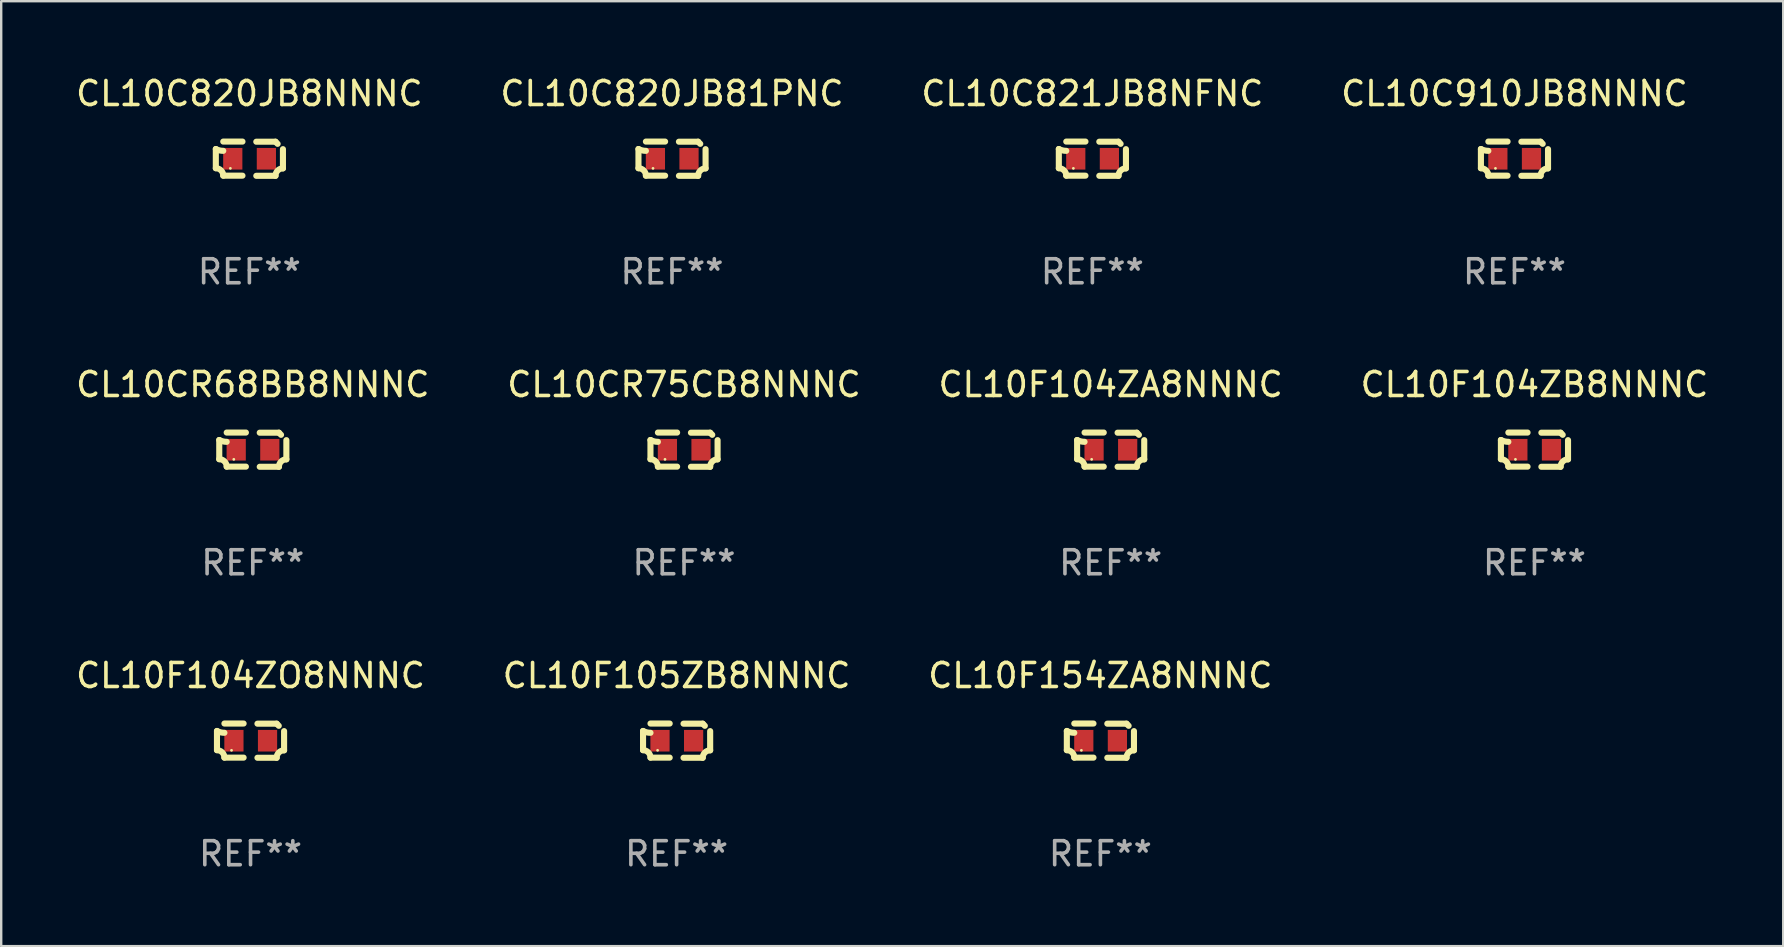
<source format=kicad_pcb>
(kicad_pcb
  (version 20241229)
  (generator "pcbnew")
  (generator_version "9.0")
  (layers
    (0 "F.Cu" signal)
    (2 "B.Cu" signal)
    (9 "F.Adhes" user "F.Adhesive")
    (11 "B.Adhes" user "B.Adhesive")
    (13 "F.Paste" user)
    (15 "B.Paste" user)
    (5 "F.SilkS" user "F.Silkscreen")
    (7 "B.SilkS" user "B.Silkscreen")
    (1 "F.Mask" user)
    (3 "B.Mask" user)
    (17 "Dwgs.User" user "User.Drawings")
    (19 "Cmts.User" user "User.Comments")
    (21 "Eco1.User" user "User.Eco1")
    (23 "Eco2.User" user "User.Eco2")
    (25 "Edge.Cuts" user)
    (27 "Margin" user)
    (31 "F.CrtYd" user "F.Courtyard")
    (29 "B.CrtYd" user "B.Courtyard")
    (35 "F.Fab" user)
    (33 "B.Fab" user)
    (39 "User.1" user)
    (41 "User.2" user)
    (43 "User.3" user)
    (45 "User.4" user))
  (footprint "CL10F105ZB8NNNC"
    (layer "F.Cu")
    (at 25.137 27.805)
    (property "Reference" "CL10F105ZB8NNNC" (at 0 -2.713 0) (layer "F.SilkS") (effects (font (size 1 1) (thickness 0.15))))
    (attr through_hole)
    (fp_line (start -1.398 -0.403) (end -1.398 0.397) (stroke (width 0.254) (type solid)) (layer "F.SilkS"))
    (fp_line (start -0.288 -0.713) (end -1.088 -0.713) (stroke (width 0.254) (type solid)) (layer "F.SilkS"))
    (fp_line (start -0.288 0.707) (end -1.088 0.707) (stroke (width 0.254) (type solid)) (layer "F.SilkS"))
    (fp_line (start 0.288 -0.707) (end 1.088 -0.707) (stroke (width 0.254) (type solid)) (layer "F.SilkS"))
    (fp_line (start 0.288 0.713) (end 1.088 0.713) (stroke (width 0.254) (type solid)) (layer "F.SilkS"))
    (fp_line (start 1.398 -0.397) (end 1.398 0.403) (stroke (width 0.254) (type solid)) (layer "F.SilkS"))
    (fp_arc (start -1.397789 0.397066) (mid -1.178701 0.487826) (end -1.08796 0.706922) (stroke (width 0.254001) (type solid)) (layer "F.SilkS"))
    (fp_arc (start -1.08796 -0.327176) (mid -1.247436 -0.346384) (end -1.39779 -0.402908) (stroke (width 0.254001) (type solid)) (layer "F.SilkS"))
    (fp_arc (start 1.087909 0.712738) (mid 1.178656 0.493655) (end 1.397739 0.402908) (stroke (width 0.254001) (type solid)) (layer "F.SilkS"))
    (fp_arc (start 1.175925 -0.618926) (mid 1.131917 -0.662923) (end 1.08791 -0.706922) (stroke (width 0.254001) (type solid)) (layer "F.SilkS"))
    (fp_circle (center -0.792 0.403) (end -0.762 0.403) (stroke (width 0.06) (type solid)) (fill no) (layer "F.SilkS"))
    (fp_text user "REF**" (at 0 4.713 0) (layer "F.Fab") (effects (font (size 1 1) (thickness 0.15))))
    (pad "1" smd rect (at -0.692 0.003) (size 0.8 0.9) (layers "F.Cu" "F.Mask" "F.Paste"))
    (pad "2" smd rect (at 0.708 0.003) (size 0.8 0.9) (layers "F.Cu" "F.Mask" "F.Paste")))
  (footprint "CL10CR68BB8NNNC"
    (layer "F.Cu")
    (at 7.482 15.683)
    (property "Reference" "CL10CR68BB8NNNC" (at 0 -2.713 0) (layer "F.SilkS") (effects (font (size 1 1) (thickness 0.15))))
    (attr through_hole)
    (fp_line (start -1.398 -0.403) (end -1.398 0.397) (stroke (width 0.254) (type solid)) (layer "F.SilkS"))
    (fp_line (start -0.288 -0.713) (end -1.088 -0.713) (stroke (width 0.254) (type solid)) (layer "F.SilkS"))
    (fp_line (start -0.288 0.707) (end -1.088 0.707) (stroke (width 0.254) (type solid)) (layer "F.SilkS"))
    (fp_line (start 0.288 -0.707) (end 1.088 -0.707) (stroke (width 0.254) (type solid)) (layer "F.SilkS"))
    (fp_line (start 0.288 0.713) (end 1.088 0.713) (stroke (width 0.254) (type solid)) (layer "F.SilkS"))
    (fp_line (start 1.398 -0.397) (end 1.398 0.403) (stroke (width 0.254) (type solid)) (layer "F.SilkS"))
    (fp_arc (start -1.397789 0.397066) (mid -1.178701 0.487826) (end -1.08796 0.706922) (stroke (width 0.254001) (type solid)) (layer "F.SilkS"))
    (fp_arc (start -1.08796 -0.327176) (mid -1.247436 -0.346384) (end -1.39779 -0.402908) (stroke (width 0.254001) (type solid)) (layer "F.SilkS"))
    (fp_arc (start 1.087909 0.712738) (mid 1.178656 0.493655) (end 1.397739 0.402908) (stroke (width 0.254001) (type solid)) (layer "F.SilkS"))
    (fp_arc (start 1.175925 -0.618926) (mid 1.131917 -0.662923) (end 1.08791 -0.706922) (stroke (width 0.254001) (type solid)) (layer "F.SilkS"))
    (fp_circle (center -0.792 0.403) (end -0.762 0.403) (stroke (width 0.06) (type solid)) (fill no) (layer "F.SilkS"))
    (fp_text user "REF**" (at 0 4.713 0) (layer "F.Fab") (effects (font (size 1 1) (thickness 0.15))))
    (pad "1" smd rect (at -0.692 0.003) (size 0.8 0.9) (layers "F.Cu" "F.Mask" "F.Paste"))
    (pad "2" smd rect (at 0.708 0.003) (size 0.8 0.9) (layers "F.Cu" "F.Mask" "F.Paste")))
  (footprint "CL10F104ZO8NNNC"
    (layer "F.Cu")
    (at 7.387 27.805)
    (property "Reference" "CL10F104ZO8NNNC" (at 0 -2.713 0) (layer "F.SilkS") (effects (font (size 1 1) (thickness 0.15))))
    (attr through_hole)
    (fp_line (start -1.398 -0.403) (end -1.398 0.397) (stroke (width 0.254) (type solid)) (layer "F.SilkS"))
    (fp_line (start -0.288 -0.713) (end -1.088 -0.713) (stroke (width 0.254) (type solid)) (layer "F.SilkS"))
    (fp_line (start -0.288 0.707) (end -1.088 0.707) (stroke (width 0.254) (type solid)) (layer "F.SilkS"))
    (fp_line (start 0.288 -0.707) (end 1.088 -0.707) (stroke (width 0.254) (type solid)) (layer "F.SilkS"))
    (fp_line (start 0.288 0.713) (end 1.088 0.713) (stroke (width 0.254) (type solid)) (layer "F.SilkS"))
    (fp_line (start 1.398 -0.397) (end 1.398 0.403) (stroke (width 0.254) (type solid)) (layer "F.SilkS"))
    (fp_arc (start -1.397789 0.397066) (mid -1.178701 0.487826) (end -1.08796 0.706922) (stroke (width 0.254001) (type solid)) (layer "F.SilkS"))
    (fp_arc (start -1.08796 -0.327176) (mid -1.247436 -0.346384) (end -1.39779 -0.402908) (stroke (width 0.254001) (type solid)) (layer "F.SilkS"))
    (fp_arc (start 1.087909 0.712738) (mid 1.178656 0.493655) (end 1.397739 0.402908) (stroke (width 0.254001) (type solid)) (layer "F.SilkS"))
    (fp_arc (start 1.175925 -0.618926) (mid 1.131917 -0.662923) (end 1.08791 -0.706922) (stroke (width 0.254001) (type solid)) (layer "F.SilkS"))
    (fp_circle (center -0.792 0.403) (end -0.762 0.403) (stroke (width 0.06) (type solid)) (fill no) (layer "F.SilkS"))
    (fp_text user "REF**" (at 0 4.713 0) (layer "F.Fab") (effects (font (size 1 1) (thickness 0.15))))
    (pad "1" smd rect (at -0.692 0.003) (size 0.8 0.9) (layers "F.Cu" "F.Mask" "F.Paste"))
    (pad "2" smd rect (at 0.708 0.003) (size 0.8 0.9) (layers "F.Cu" "F.Mask" "F.Paste")))
  (footprint "CL10C820JB81PNC"
    (layer "F.Cu")
    (at 24.946 3.561)
    (property "Reference" "CL10C820JB81PNC" (at 0 -2.713 0) (layer "F.SilkS") (effects (font (size 1 1) (thickness 0.15))))
    (attr through_hole)
    (fp_line (start -1.398 -0.403) (end -1.398 0.397) (stroke (width 0.254) (type solid)) (layer "F.SilkS"))
    (fp_line (start -0.288 -0.713) (end -1.088 -0.713) (stroke (width 0.254) (type solid)) (layer "F.SilkS"))
    (fp_line (start -0.288 0.707) (end -1.088 0.707) (stroke (width 0.254) (type solid)) (layer "F.SilkS"))
    (fp_line (start 0.288 -0.707) (end 1.088 -0.707) (stroke (width 0.254) (type solid)) (layer "F.SilkS"))
    (fp_line (start 0.288 0.713) (end 1.088 0.713) (stroke (width 0.254) (type solid)) (layer "F.SilkS"))
    (fp_line (start 1.398 -0.397) (end 1.398 0.403) (stroke (width 0.254) (type solid)) (layer "F.SilkS"))
    (fp_arc (start -1.397789 0.397066) (mid -1.178701 0.487826) (end -1.08796 0.706922) (stroke (width 0.254001) (type solid)) (layer "F.SilkS"))
    (fp_arc (start -1.08796 -0.327176) (mid -1.247436 -0.346384) (end -1.39779 -0.402908) (stroke (width 0.254001) (type solid)) (layer "F.SilkS"))
    (fp_arc (start 1.087909 0.712738) (mid 1.178656 0.493655) (end 1.397739 0.402908) (stroke (width 0.254001) (type solid)) (layer "F.SilkS"))
    (fp_arc (start 1.175925 -0.618926) (mid 1.131917 -0.662923) (end 1.08791 -0.706922) (stroke (width 0.254001) (type solid)) (layer "F.SilkS"))
    (fp_circle (center -0.792 0.403) (end -0.762 0.403) (stroke (width 0.06) (type solid)) (fill no) (layer "F.SilkS"))
    (fp_text user "REF**" (at 0 4.713 0) (layer "F.Fab") (effects (font (size 1 1) (thickness 0.15))))
    (pad "1" smd rect (at -0.692 0.003) (size 0.8 0.9) (layers "F.Cu" "F.Mask" "F.Paste"))
    (pad "2" smd rect (at 0.708 0.003) (size 0.8 0.9) (layers "F.Cu" "F.Mask" "F.Paste")))
  (footprint "CL10F104ZA8NNNC"
    (layer "F.Cu")
    (at 43.22 15.683)
    (property "Reference" "CL10F104ZA8NNNC" (at 0 -2.713 0) (layer "F.SilkS") (effects (font (size 1 1) (thickness 0.15))))
    (attr through_hole)
    (fp_line (start -1.398 -0.403) (end -1.398 0.397) (stroke (width 0.254) (type solid)) (layer "F.SilkS"))
    (fp_line (start -0.288 -0.713) (end -1.088 -0.713) (stroke (width 0.254) (type solid)) (layer "F.SilkS"))
    (fp_line (start -0.288 0.707) (end -1.088 0.707) (stroke (width 0.254) (type solid)) (layer "F.SilkS"))
    (fp_line (start 0.288 -0.707) (end 1.088 -0.707) (stroke (width 0.254) (type solid)) (layer "F.SilkS"))
    (fp_line (start 0.288 0.713) (end 1.088 0.713) (stroke (width 0.254) (type solid)) (layer "F.SilkS"))
    (fp_line (start 1.398 -0.397) (end 1.398 0.403) (stroke (width 0.254) (type solid)) (layer "F.SilkS"))
    (fp_arc (start -1.397789 0.397066) (mid -1.178701 0.487826) (end -1.08796 0.706922) (stroke (width 0.254001) (type solid)) (layer "F.SilkS"))
    (fp_arc (start -1.08796 -0.327176) (mid -1.247436 -0.346384) (end -1.39779 -0.402908) (stroke (width 0.254001) (type solid)) (layer "F.SilkS"))
    (fp_arc (start 1.087909 0.712738) (mid 1.178656 0.493655) (end 1.397739 0.402908) (stroke (width 0.254001) (type solid)) (layer "F.SilkS"))
    (fp_arc (start 1.175925 -0.618926) (mid 1.131917 -0.662923) (end 1.08791 -0.706922) (stroke (width 0.254001) (type solid)) (layer "F.SilkS"))
    (fp_circle (center -0.792 0.403) (end -0.762 0.403) (stroke (width 0.06) (type solid)) (fill no) (layer "F.SilkS"))
    (fp_text user "REF**" (at 0 4.713 0) (layer "F.Fab") (effects (font (size 1 1) (thickness 0.15))))
    (pad "1" smd rect (at -0.692 0.003) (size 0.8 0.9) (layers "F.Cu" "F.Mask" "F.Paste"))
    (pad "2" smd rect (at 0.708 0.003) (size 0.8 0.9) (layers "F.Cu" "F.Mask" "F.Paste")))
  (footprint "CL10F104ZB8NNNC"
    (layer "F.Cu")
    (at 60.875 15.683)
    (property "Reference" "CL10F104ZB8NNNC" (at 0 -2.713 0) (layer "F.SilkS") (effects (font (size 1 1) (thickness 0.15))))
    (attr through_hole)
    (fp_line (start -1.398 -0.403) (end -1.398 0.397) (stroke (width 0.254) (type solid)) (layer "F.SilkS"))
    (fp_line (start -0.288 -0.713) (end -1.088 -0.713) (stroke (width 0.254) (type solid)) (layer "F.SilkS"))
    (fp_line (start -0.288 0.707) (end -1.088 0.707) (stroke (width 0.254) (type solid)) (layer "F.SilkS"))
    (fp_line (start 0.288 -0.707) (end 1.088 -0.707) (stroke (width 0.254) (type solid)) (layer "F.SilkS"))
    (fp_line (start 0.288 0.713) (end 1.088 0.713) (stroke (width 0.254) (type solid)) (layer "F.SilkS"))
    (fp_line (start 1.398 -0.397) (end 1.398 0.403) (stroke (width 0.254) (type solid)) (layer "F.SilkS"))
    (fp_arc (start -1.397789 0.397066) (mid -1.178701 0.487826) (end -1.08796 0.706922) (stroke (width 0.254001) (type solid)) (layer "F.SilkS"))
    (fp_arc (start -1.08796 -0.327176) (mid -1.247436 -0.346384) (end -1.39779 -0.402908) (stroke (width 0.254001) (type solid)) (layer "F.SilkS"))
    (fp_arc (start 1.087909 0.712738) (mid 1.178656 0.493655) (end 1.397739 0.402908) (stroke (width 0.254001) (type solid)) (layer "F.SilkS"))
    (fp_arc (start 1.175925 -0.618926) (mid 1.131917 -0.662923) (end 1.08791 -0.706922) (stroke (width 0.254001) (type solid)) (layer "F.SilkS"))
    (fp_circle (center -0.792 0.403) (end -0.762 0.403) (stroke (width 0.06) (type solid)) (fill no) (layer "F.SilkS"))
    (fp_text user "REF**" (at 0 4.713 0) (layer "F.Fab") (effects (font (size 1 1) (thickness 0.15))))
    (pad "1" smd rect (at -0.692 0.003) (size 0.8 0.9) (layers "F.Cu" "F.Mask" "F.Paste"))
    (pad "2" smd rect (at 0.708 0.003) (size 0.8 0.9) (layers "F.Cu" "F.Mask" "F.Paste")))
  (footprint "CL10C821JB8NFNC"
    (layer "F.Cu")
    (at 42.458 3.561)
    (property "Reference" "CL10C821JB8NFNC" (at 0 -2.713 0) (layer "F.SilkS") (effects (font (size 1 1) (thickness 0.15))))
    (attr through_hole)
    (fp_line (start -1.398 -0.403) (end -1.398 0.397) (stroke (width 0.254) (type solid)) (layer "F.SilkS"))
    (fp_line (start -0.288 -0.713) (end -1.088 -0.713) (stroke (width 0.254) (type solid)) (layer "F.SilkS"))
    (fp_line (start -0.288 0.707) (end -1.088 0.707) (stroke (width 0.254) (type solid)) (layer "F.SilkS"))
    (fp_line (start 0.288 -0.707) (end 1.088 -0.707) (stroke (width 0.254) (type solid)) (layer "F.SilkS"))
    (fp_line (start 0.288 0.713) (end 1.088 0.713) (stroke (width 0.254) (type solid)) (layer "F.SilkS"))
    (fp_line (start 1.398 -0.397) (end 1.398 0.403) (stroke (width 0.254) (type solid)) (layer "F.SilkS"))
    (fp_arc (start -1.397789 0.397066) (mid -1.178701 0.487826) (end -1.08796 0.706922) (stroke (width 0.254001) (type solid)) (layer "F.SilkS"))
    (fp_arc (start -1.08796 -0.327176) (mid -1.247436 -0.346384) (end -1.39779 -0.402908) (stroke (width 0.254001) (type solid)) (layer "F.SilkS"))
    (fp_arc (start 1.087909 0.712738) (mid 1.178656 0.493655) (end 1.397739 0.402908) (stroke (width 0.254001) (type solid)) (layer "F.SilkS"))
    (fp_arc (start 1.175925 -0.618926) (mid 1.131917 -0.662923) (end 1.08791 -0.706922) (stroke (width 0.254001) (type solid)) (layer "F.SilkS"))
    (fp_circle (center -0.792 0.403) (end -0.762 0.403) (stroke (width 0.06) (type solid)) (fill no) (layer "F.SilkS"))
    (fp_text user "REF**" (at 0 4.713 0) (layer "F.Fab") (effects (font (size 1 1) (thickness 0.15))))
    (pad "1" smd rect (at -0.692 0.003) (size 0.8 0.9) (layers "F.Cu" "F.Mask" "F.Paste"))
    (pad "2" smd rect (at 0.708 0.003) (size 0.8 0.9) (layers "F.Cu" "F.Mask" "F.Paste")))
  (footprint "CL10CR75CB8NNNC"
    (layer "F.Cu")
    (at 25.446 15.683)
    (property "Reference" "CL10CR75CB8NNNC" (at 0 -2.713 0) (layer "F.SilkS") (effects (font (size 1 1) (thickness 0.15))))
    (attr through_hole)
    (fp_line (start -1.398 -0.403) (end -1.398 0.397) (stroke (width 0.254) (type solid)) (layer "F.SilkS"))
    (fp_line (start -0.288 -0.713) (end -1.088 -0.713) (stroke (width 0.254) (type solid)) (layer "F.SilkS"))
    (fp_line (start -0.288 0.707) (end -1.088 0.707) (stroke (width 0.254) (type solid)) (layer "F.SilkS"))
    (fp_line (start 0.288 -0.707) (end 1.088 -0.707) (stroke (width 0.254) (type solid)) (layer "F.SilkS"))
    (fp_line (start 0.288 0.713) (end 1.088 0.713) (stroke (width 0.254) (type solid)) (layer "F.SilkS"))
    (fp_line (start 1.398 -0.397) (end 1.398 0.403) (stroke (width 0.254) (type solid)) (layer "F.SilkS"))
    (fp_arc (start -1.397789 0.397066) (mid -1.178701 0.487826) (end -1.08796 0.706922) (stroke (width 0.254001) (type solid)) (layer "F.SilkS"))
    (fp_arc (start -1.08796 -0.327176) (mid -1.247436 -0.346384) (end -1.39779 -0.402908) (stroke (width 0.254001) (type solid)) (layer "F.SilkS"))
    (fp_arc (start 1.087909 0.712738) (mid 1.178656 0.493655) (end 1.397739 0.402908) (stroke (width 0.254001) (type solid)) (layer "F.SilkS"))
    (fp_arc (start 1.175925 -0.618926) (mid 1.131917 -0.662923) (end 1.08791 -0.706922) (stroke (width 0.254001) (type solid)) (layer "F.SilkS"))
    (fp_circle (center -0.792 0.403) (end -0.762 0.403) (stroke (width 0.06) (type solid)) (fill no) (layer "F.SilkS"))
    (fp_text user "REF**" (at 0 4.713 0) (layer "F.Fab") (effects (font (size 1 1) (thickness 0.15))))
    (pad "1" smd rect (at -0.692 0.003) (size 0.8 0.9) (layers "F.Cu" "F.Mask" "F.Paste"))
    (pad "2" smd rect (at 0.708 0.003) (size 0.8 0.9) (layers "F.Cu" "F.Mask" "F.Paste")))
  (footprint "CL10C910JB8NNNC"
    (layer "F.Cu")
    (at 60.042 3.561)
    (property "Reference" "CL10C910JB8NNNC" (at 0 -2.713 0) (layer "F.SilkS") (effects (font (size 1 1) (thickness 0.15))))
    (attr through_hole)
    (fp_line (start -1.398 -0.403) (end -1.398 0.397) (stroke (width 0.254) (type solid)) (layer "F.SilkS"))
    (fp_line (start -0.288 -0.713) (end -1.088 -0.713) (stroke (width 0.254) (type solid)) (layer "F.SilkS"))
    (fp_line (start -0.288 0.707) (end -1.088 0.707) (stroke (width 0.254) (type solid)) (layer "F.SilkS"))
    (fp_line (start 0.288 -0.707) (end 1.088 -0.707) (stroke (width 0.254) (type solid)) (layer "F.SilkS"))
    (fp_line (start 0.288 0.713) (end 1.088 0.713) (stroke (width 0.254) (type solid)) (layer "F.SilkS"))
    (fp_line (start 1.398 -0.397) (end 1.398 0.403) (stroke (width 0.254) (type solid)) (layer "F.SilkS"))
    (fp_arc (start -1.397789 0.397066) (mid -1.178701 0.487826) (end -1.08796 0.706922) (stroke (width 0.254001) (type solid)) (layer "F.SilkS"))
    (fp_arc (start -1.08796 -0.327176) (mid -1.247436 -0.346384) (end -1.39779 -0.402908) (stroke (width 0.254001) (type solid)) (layer "F.SilkS"))
    (fp_arc (start 1.087909 0.712738) (mid 1.178656 0.493655) (end 1.397739 0.402908) (stroke (width 0.254001) (type solid)) (layer "F.SilkS"))
    (fp_arc (start 1.175925 -0.618926) (mid 1.131917 -0.662923) (end 1.08791 -0.706922) (stroke (width 0.254001) (type solid)) (layer "F.SilkS"))
    (fp_circle (center -0.792 0.403) (end -0.762 0.403) (stroke (width 0.06) (type solid)) (fill no) (layer "F.SilkS"))
    (fp_text user "REF**" (at 0 4.713 0) (layer "F.Fab") (effects (font (size 1 1) (thickness 0.15))))
    (pad "1" smd rect (at -0.692 0.003) (size 0.8 0.9) (layers "F.Cu" "F.Mask" "F.Paste"))
    (pad "2" smd rect (at 0.708 0.003) (size 0.8 0.9) (layers "F.Cu" "F.Mask" "F.Paste")))
  (footprint "CL10C820JB8NNNC"
    (layer "F.Cu")
    (at 7.339 3.561)
    (property "Reference" "CL10C820JB8NNNC" (at 0 -2.713 0) (layer "F.SilkS") (effects (font (size 1 1) (thickness 0.15))))
    (attr through_hole)
    (fp_line (start -1.398 -0.403) (end -1.398 0.397) (stroke (width 0.254) (type solid)) (layer "F.SilkS"))
    (fp_line (start -0.288 -0.713) (end -1.088 -0.713) (stroke (width 0.254) (type solid)) (layer "F.SilkS"))
    (fp_line (start -0.288 0.707) (end -1.088 0.707) (stroke (width 0.254) (type solid)) (layer "F.SilkS"))
    (fp_line (start 0.288 -0.707) (end 1.088 -0.707) (stroke (width 0.254) (type solid)) (layer "F.SilkS"))
    (fp_line (start 0.288 0.713) (end 1.088 0.713) (stroke (width 0.254) (type solid)) (layer "F.SilkS"))
    (fp_line (start 1.398 -0.397) (end 1.398 0.403) (stroke (width 0.254) (type solid)) (layer "F.SilkS"))
    (fp_arc (start -1.397789 0.397066) (mid -1.178701 0.487826) (end -1.08796 0.706922) (stroke (width 0.254001) (type solid)) (layer "F.SilkS"))
    (fp_arc (start -1.08796 -0.327176) (mid -1.247436 -0.346384) (end -1.39779 -0.402908) (stroke (width 0.254001) (type solid)) (layer "F.SilkS"))
    (fp_arc (start 1.087909 0.712738) (mid 1.178656 0.493655) (end 1.397739 0.402908) (stroke (width 0.254001) (type solid)) (layer "F.SilkS"))
    (fp_arc (start 1.175925 -0.618926) (mid 1.131917 -0.662923) (end 1.08791 -0.706922) (stroke (width 0.254001) (type solid)) (layer "F.SilkS"))
    (fp_circle (center -0.792 0.403) (end -0.762 0.403) (stroke (width 0.06) (type solid)) (fill no) (layer "F.SilkS"))
    (fp_text user "REF**" (at 0 4.713 0) (layer "F.Fab") (effects (font (size 1 1) (thickness 0.15))))
    (pad "1" smd rect (at -0.692 0.003) (size 0.8 0.9) (layers "F.Cu" "F.Mask" "F.Paste"))
    (pad "2" smd rect (at 0.708 0.003) (size 0.8 0.9) (layers "F.Cu" "F.Mask" "F.Paste")))
  (footprint "CL10F154ZA8NNNC"
    (layer "F.Cu")
    (at 42.792 27.805)
    (property "Reference" "CL10F154ZA8NNNC" (at 0 -2.713 0) (layer "F.SilkS") (effects (font (size 1 1) (thickness 0.15))))
    (attr through_hole)
    (fp_line (start -1.398 -0.403) (end -1.398 0.397) (stroke (width 0.254) (type solid)) (layer "F.SilkS"))
    (fp_line (start -0.288 -0.713) (end -1.088 -0.713) (stroke (width 0.254) (type solid)) (layer "F.SilkS"))
    (fp_line (start -0.288 0.707) (end -1.088 0.707) (stroke (width 0.254) (type solid)) (layer "F.SilkS"))
    (fp_line (start 0.288 -0.707) (end 1.088 -0.707) (stroke (width 0.254) (type solid)) (layer "F.SilkS"))
    (fp_line (start 0.288 0.713) (end 1.088 0.713) (stroke (width 0.254) (type solid)) (layer "F.SilkS"))
    (fp_line (start 1.398 -0.397) (end 1.398 0.403) (stroke (width 0.254) (type solid)) (layer "F.SilkS"))
    (fp_arc (start -1.397789 0.397066) (mid -1.178701 0.487826) (end -1.08796 0.706922) (stroke (width 0.254001) (type solid)) (layer "F.SilkS"))
    (fp_arc (start -1.08796 -0.327176) (mid -1.247436 -0.346384) (end -1.39779 -0.402908) (stroke (width 0.254001) (type solid)) (layer "F.SilkS"))
    (fp_arc (start 1.087909 0.712738) (mid 1.178656 0.493655) (end 1.397739 0.402908) (stroke (width 0.254001) (type solid)) (layer "F.SilkS"))
    (fp_arc (start 1.175925 -0.618926) (mid 1.131917 -0.662923) (end 1.08791 -0.706922) (stroke (width 0.254001) (type solid)) (layer "F.SilkS"))
    (fp_circle (center -0.792 0.403) (end -0.762 0.403) (stroke (width 0.06) (type solid)) (fill no) (layer "F.SilkS"))
    (fp_text user "REF**" (at 0 4.713 0) (layer "F.Fab") (effects (font (size 1 1) (thickness 0.15))))
    (pad "1" smd rect (at -0.692 0.003) (size 0.8 0.9) (layers "F.Cu" "F.Mask" "F.Paste"))
    (pad "2" smd rect (at 0.708 0.003) (size 0.8 0.9) (layers "F.Cu" "F.Mask" "F.Paste")))
  (gr_rect
    (start -3 -3)
    (end 71.238 36.366)
    (stroke (width 0.1) (type default))
    (fill no)
    (layer "Edge.Cuts")))
</source>
